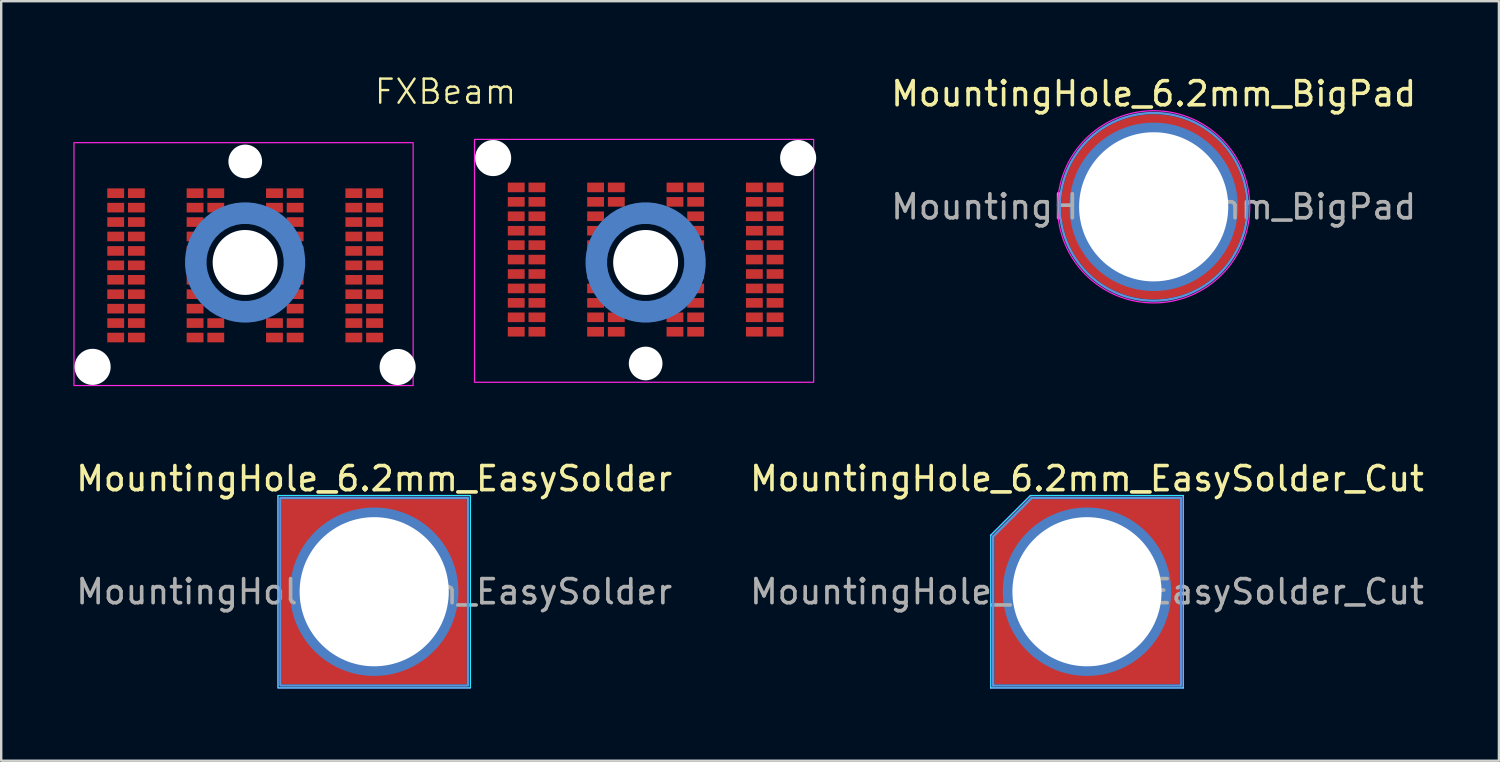
<source format=kicad_pcb>
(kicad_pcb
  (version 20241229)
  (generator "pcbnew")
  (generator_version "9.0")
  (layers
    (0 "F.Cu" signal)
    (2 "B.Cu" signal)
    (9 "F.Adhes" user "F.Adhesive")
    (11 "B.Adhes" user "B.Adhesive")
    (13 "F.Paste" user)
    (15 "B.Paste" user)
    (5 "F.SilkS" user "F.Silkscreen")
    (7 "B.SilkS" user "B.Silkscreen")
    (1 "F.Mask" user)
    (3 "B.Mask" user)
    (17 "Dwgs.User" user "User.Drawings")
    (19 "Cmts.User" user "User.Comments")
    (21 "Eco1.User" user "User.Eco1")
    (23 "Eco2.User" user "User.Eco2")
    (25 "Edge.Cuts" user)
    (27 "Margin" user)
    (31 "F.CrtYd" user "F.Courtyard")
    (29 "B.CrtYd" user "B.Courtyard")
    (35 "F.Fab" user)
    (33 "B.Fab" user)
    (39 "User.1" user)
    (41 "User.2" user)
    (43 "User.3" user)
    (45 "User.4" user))
  (footprint "FXBeam"
    (layer "F.Cu")
    (at 15.47 7.861)
    (property "Reference" "FXBeam" (at 0 -7.1 0) (unlocked yes) (layer "F.SilkS") (effects (font (size 1 1) (thickness 0.1))))
    (attr smd exclude_from_pos_files exclude_from_bom)
    (fp_rect (start -15.445 -4.98) (end -1.345 5.115) (stroke (width 0.05) (type default)) (fill no) (layer "F.CrtYd"))
    (fp_rect (start 15.305 4.98) (end 1.205 -5.115) (stroke (width 0.05) (type default)) (fill no) (layer "F.CrtYd"))
    (pad "" np_thru_hole circle (at -14.67 4.34) (size 1.5 1.5) (drill 1.5) (layers "*.Cu" "*.Mask"))
    (pad "" np_thru_hole circle (at -8.33 0) (size 2.7 2.7) (drill 2.7) (layers "*.Cu" "*.Mask"))
    (pad "" np_thru_hole circle (at -8.325 -4.2) (size 1.4 1.4) (drill 1.4) (layers "*.Cu" "*.Mask"))
    (pad "" smd custom (at -8.3 -2.065) (size 0.5 0.5) (layers "B.Cu" "B.Mask") (options (anchor circle)) (primitives (gr_circle (center -0.03 2.065) (end 1.86 2.07) (width 0.2) (fill no)) (gr_circle (center -0.03 2.065) (end 1.67 2.065) (width 0.2) (fill no)) (gr_circle (center -0.03 2.065) (end 2.035 2.065) (width 0.2) (fill no)) (gr_circle (center -0.03 2.065) (end 2.225 2.065) (width 0.2) (fill no)) (gr_circle (center -0.03 2.065) (end 2.37 2.065) (width 0.2) (fill no))))
    (pad "" np_thru_hole circle (at -1.99 4.345) (size 1.5 1.5) (drill 1.5) (layers "*.Cu" "*.Mask"))
    (pad "" np_thru_hole circle (at 1.98 -4.34) (size 1.5 1.5) (drill 1.5) (layers "*.Cu" "*.Mask"))
    (pad "" smd custom (at 8.32 -2.065) (size 0.5 0.5) (layers "B.Cu" "B.Mask") (options (anchor circle)) (primitives (gr_circle (center 0 2.065) (end 1.89 2.07) (width 0.2) (fill no)) (gr_circle (center 0 2.065) (end 1.7 2.065) (width 0.2) (fill no)) (gr_circle (center 0 2.065) (end 2.065 2.065) (width 0.2) (fill no)) (gr_circle (center 0 2.065) (end 2.255 2.065) (width 0.2) (fill no)) (gr_circle (center 0 2.065) (end 2.4 2.065) (width 0.2) (fill no))))
    (pad "" np_thru_hole circle (at 8.32 0) (size 2.7 2.7) (drill 2.7) (layers "*.Cu" "*.Mask"))
    (pad "" np_thru_hole circle (at 8.32 4.2) (size 1.4 1.4) (drill 1.4) (layers "*.Cu" "*.Mask"))
    (pad "" np_thru_hole circle (at 14.66 -4.34) (size 1.5 1.5) (drill 1.5) (layers "*.Cu" "*.Mask"))
    (pad "PA1" smd rect (at -2.95 -2.88) (size 0.7 0.4) (layers "F.Cu" "F.Mask"))
    (pad "PA2" smd rect (at -3.81 -2.88) (size 0.7 0.4) (layers "F.Cu" "F.Mask"))
    (pad "PA3" smd rect (at -6.25 -2.88) (size 0.7 0.4) (layers "F.Cu" "F.Mask"))
    (pad "PA4" smd rect (at -7.11 -2.88) (size 0.7 0.4) (layers "F.Cu" "F.Mask"))
    (pad "PA5" smd rect (at -9.55 -2.88) (size 0.7 0.4) (layers "F.Cu" "F.Mask"))
    (pad "PA6" smd rect (at -10.41 -2.88) (size 0.7 0.4) (layers "F.Cu" "F.Mask"))
    (pad "PA7" smd rect (at -12.85 -2.88) (size 0.7 0.4) (layers "F.Cu" "F.Mask"))
    (pad "PA8" smd rect (at -13.71 -2.88) (size 0.7 0.4) (layers "F.Cu" "F.Mask"))
    (pad "PB1" smd rect (at -2.95 -2.28) (size 0.7 0.4) (layers "F.Cu" "F.Mask"))
    (pad "PB2" smd rect (at -3.81 -2.28) (size 0.7 0.4) (layers "F.Cu" "F.Mask"))
    (pad "PB3" smd rect (at -6.25 -2.28) (size 0.7 0.4) (layers "F.Cu" "F.Mask"))
    (pad "PB4" smd rect (at -7.11 -2.28) (size 0.7 0.4) (layers "F.Cu" "F.Mask"))
    (pad "PB5" smd rect (at -9.55 -2.28) (size 0.7 0.4) (layers "F.Cu" "F.Mask"))
    (pad "PB6" smd rect (at -10.41 -2.28) (size 0.7 0.4) (layers "F.Cu" "F.Mask"))
    (pad "PB7" smd rect (at -12.85 -2.28) (size 0.7 0.4) (layers "F.Cu" "F.Mask"))
    (pad "PB8" smd rect (at -13.71 -2.28) (size 0.7 0.4) (layers "F.Cu" "F.Mask"))
    (pad "PC1" smd rect (at -2.95 -1.68) (size 0.7 0.4) (layers "F.Cu" "F.Mask"))
    (pad "PC2" smd rect (at -3.81 -1.68) (size 0.7 0.4) (layers "F.Cu" "F.Mask"))
    (pad "PC3" smd rect (at -6.25 -1.68) (size 0.7 0.4) (layers "F.Cu" "F.Mask"))
    (pad "PC6" smd rect (at -10.41 -1.68) (size 0.7 0.4) (layers "F.Cu" "F.Mask"))
    (pad "PC7" smd rect (at -12.85 -1.68) (size 0.7 0.4) (layers "F.Cu" "F.Mask"))
    (pad "PC8" smd rect (at -13.71 -1.68) (size 0.7 0.4) (layers "F.Cu" "F.Mask"))
    (pad "PD1" smd rect (at -2.95 -1.08) (size 0.7 0.4) (layers "F.Cu" "F.Mask"))
    (pad "PD2" smd rect (at -3.81 -1.08) (size 0.7 0.4) (layers "F.Cu" "F.Mask"))
    (pad "PD3" smd rect (at -6.25 -1.08) (size 0.7 0.4) (layers "F.Cu" "F.Mask"))
    (pad "PD6" smd rect (at -10.41 -1.08) (size 0.7 0.4) (layers "F.Cu" "F.Mask"))
    (pad "PD7" smd rect (at -12.85 -1.08) (size 0.7 0.4) (layers "F.Cu" "F.Mask"))
    (pad "PD8" smd rect (at -13.71 -1.08) (size 0.7 0.4) (layers "F.Cu" "F.Mask"))
    (pad "PE1" smd rect (at -2.95 -0.48) (size 0.7 0.4) (layers "F.Cu" "F.Mask"))
    (pad "PE2" smd rect (at -3.81 -0.48) (size 0.7 0.4) (layers "F.Cu" "F.Mask"))
    (pad "PE3" smd rect (at -6.25 -0.48) (size 0.7 0.4) (layers "F.Cu" "F.Mask"))
    (pad "PE6" smd rect (at -10.41 -0.48) (size 0.7 0.4) (layers "F.Cu" "F.Mask"))
    (pad "PE7" smd rect (at -12.85 -0.48) (size 0.7 0.4) (layers "F.Cu" "F.Mask"))
    (pad "PE8" smd rect (at -13.71 -0.48) (size 0.7 0.4) (layers "F.Cu" "F.Mask"))
    (pad "PF1" smd rect (at -2.95 0.12) (size 0.7 0.4) (layers "F.Cu" "F.Mask"))
    (pad "PF2" smd rect (at -3.81 0.12) (size 0.7 0.4) (layers "F.Cu" "F.Mask"))
    (pad "PF3" smd rect (at -6.25 0.12) (size 0.7 0.4) (layers "F.Cu" "F.Mask"))
    (pad "PF6" smd rect (at -10.41 0.12) (size 0.7 0.4) (layers "F.Cu" "F.Mask"))
    (pad "PF7" smd rect (at -12.85 0.12) (size 0.7 0.4) (layers "F.Cu" "F.Mask"))
    (pad "PF8" smd rect (at -13.71 0.12) (size 0.7 0.4) (layers "F.Cu" "F.Mask"))
    (pad "PG1" smd rect (at -2.95 0.72) (size 0.7 0.4) (layers "F.Cu" "F.Mask"))
    (pad "PG2" smd rect (at -3.81 0.72) (size 0.7 0.4) (layers "F.Cu" "F.Mask"))
    (pad "PG3" smd rect (at -6.25 0.72) (size 0.7 0.4) (layers "F.Cu" "F.Mask"))
    (pad "PG6" smd rect (at -10.41 0.72) (size 0.7 0.4) (layers "F.Cu" "F.Mask"))
    (pad "PG7" smd rect (at -12.85 0.72) (size 0.7 0.4) (layers "F.Cu" "F.Mask"))
    (pad "PG8" smd rect (at -13.71 0.72) (size 0.7 0.4) (layers "F.Cu" "F.Mask"))
    (pad "PH1" smd rect (at -2.95 1.32) (size 0.7 0.4) (layers "F.Cu" "F.Mask"))
    (pad "PH2" smd rect (at -3.81 1.32) (size 0.7 0.4) (layers "F.Cu" "F.Mask"))
    (pad "PH3" smd rect (at -6.25 1.32) (size 0.7 0.4) (layers "F.Cu" "F.Mask"))
    (pad "PH6" smd rect (at -10.41 1.32) (size 0.7 0.4) (layers "F.Cu" "F.Mask"))
    (pad "PH7" smd rect (at -12.85 1.32) (size 0.7 0.4) (layers "F.Cu" "F.Mask"))
    (pad "PH8" smd rect (at -13.71 1.32) (size 0.7 0.4) (layers "F.Cu" "F.Mask"))
    (pad "PJ1" smd rect (at -2.95 1.92) (size 0.7 0.4) (layers "F.Cu" "F.Mask"))
    (pad "PJ2" smd rect (at -3.81 1.92) (size 0.7 0.4) (layers "F.Cu" "F.Mask"))
    (pad "PJ3" smd rect (at -6.25 1.92) (size 0.7 0.4) (layers "F.Cu" "F.Mask"))
    (pad "PJ6" smd rect (at -10.41 1.92) (size 0.7 0.4) (layers "F.Cu" "F.Mask"))
    (pad "PJ7" smd rect (at -12.85 1.92) (size 0.7 0.4) (layers "F.Cu" "F.Mask"))
    (pad "PJ8" smd rect (at -13.71 1.92) (size 0.7 0.4) (layers "F.Cu" "F.Mask"))
    (pad "PK1" smd rect (at -2.95 2.52) (size 0.7 0.4) (layers "F.Cu" "F.Mask"))
    (pad "PK2" smd rect (at -3.81 2.52) (size 0.7 0.4) (layers "F.Cu" "F.Mask"))
    (pad "PK3" smd rect (at -6.25 2.52) (size 0.7 0.4) (layers "F.Cu" "F.Mask"))
    (pad "PK4" smd rect (at -7.11 2.52) (size 0.7 0.4) (layers "F.Cu" "F.Mask"))
    (pad "PK5" smd rect (at -9.55 2.52) (size 0.7 0.4) (layers "F.Cu" "F.Mask"))
    (pad "PK6" smd rect (at -10.41 2.52) (size 0.7 0.4) (layers "F.Cu" "F.Mask"))
    (pad "PK7" smd rect (at -12.85 2.52) (size 0.7 0.4) (layers "F.Cu" "F.Mask"))
    (pad "PK8" smd rect (at -13.71 2.52) (size 0.7 0.4) (layers "F.Cu" "F.Mask"))
    (pad "PL1" smd rect (at -2.95 3.12) (size 0.7 0.4) (layers "F.Cu" "F.Mask"))
    (pad "PL2" smd rect (at -3.81 3.12) (size 0.7 0.4) (layers "F.Cu" "F.Mask"))
    (pad "PL3" smd rect (at -6.25 3.12) (size 0.7 0.4) (layers "F.Cu" "F.Mask"))
    (pad "PL4" smd rect (at -7.11 3.12) (size 0.7 0.4) (layers "F.Cu" "F.Mask"))
    (pad "PL5" smd rect (at -9.55 3.12) (size 0.7 0.4) (layers "F.Cu" "F.Mask"))
    (pad "PL6" smd rect (at -10.41 3.12) (size 0.7 0.4) (layers "F.Cu" "F.Mask"))
    (pad "PL7" smd rect (at -12.85 3.12) (size 0.7 0.4) (layers "F.Cu" "F.Mask"))
    (pad "PL8" smd rect (at -13.71 3.12) (size 0.7 0.4) (layers "F.Cu" "F.Mask"))
    (pad "SA1" smd rect (at 13.7 -3.12) (size 0.7 0.4) (layers "F.Cu" "F.Mask"))
    (pad "SA2" smd rect (at 12.84 -3.12) (size 0.7 0.4) (layers "F.Cu" "F.Mask"))
    (pad "SA3" smd rect (at 10.4 -3.12) (size 0.7 0.4) (layers "F.Cu" "F.Mask"))
    (pad "SA4" smd rect (at 9.54 -3.12) (size 0.7 0.4) (layers "F.Cu" "F.Mask"))
    (pad "SA5" smd rect (at 7.1 -3.12) (size 0.7 0.4) (layers "F.Cu" "F.Mask"))
    (pad "SA6" smd rect (at 6.24 -3.12) (size 0.7 0.4) (layers "F.Cu" "F.Mask"))
    (pad "SA7" smd rect (at 3.8 -3.12) (size 0.7 0.4) (layers "F.Cu" "F.Mask"))
    (pad "SA8" smd rect (at 2.94 -3.12) (size 0.7 0.4) (layers "F.Cu" "F.Mask"))
    (pad "SB1" smd rect (at 13.7 -2.52) (size 0.7 0.4) (layers "F.Cu" "F.Mask"))
    (pad "SB2" smd rect (at 12.84 -2.52) (size 0.7 0.4) (layers "F.Cu" "F.Mask"))
    (pad "SB3" smd rect (at 10.4 -2.52) (size 0.7 0.4) (layers "F.Cu" "F.Mask"))
    (pad "SB4" smd rect (at 9.54 -2.52) (size 0.7 0.4) (layers "F.Cu" "F.Mask"))
    (pad "SB5" smd rect (at 7.1 -2.52) (size 0.7 0.4) (layers "F.Cu" "F.Mask"))
    (pad "SB6" smd rect (at 6.24 -2.52) (size 0.7 0.4) (layers "F.Cu" "F.Mask"))
    (pad "SB7" smd rect (at 3.8 -2.52) (size 0.7 0.4) (layers "F.Cu" "F.Mask"))
    (pad "SB8" smd rect (at 2.94 -2.52) (size 0.7 0.4) (layers "F.Cu" "F.Mask"))
    (pad "SC1" smd rect (at 13.7 -1.92) (size 0.7 0.4) (layers "F.Cu" "F.Mask"))
    (pad "SC2" smd rect (at 12.84 -1.92) (size 0.7 0.4) (layers "F.Cu" "F.Mask"))
    (pad "SC3" smd rect (at 10.4 -1.92) (size 0.7 0.4) (layers "F.Cu" "F.Mask"))
    (pad "SC6" smd rect (at 6.24 -1.92) (size 0.7 0.4) (layers "F.Cu" "F.Mask"))
    (pad "SC7" smd rect (at 3.8 -1.92) (size 0.7 0.4) (layers "F.Cu" "F.Mask"))
    (pad "SC8" smd rect (at 2.94 -1.92) (size 0.7 0.4) (layers "F.Cu" "F.Mask"))
    (pad "SD1" smd rect (at 13.7 -1.32) (size 0.7 0.4) (layers "F.Cu" "F.Mask"))
    (pad "SD2" smd rect (at 12.84 -1.32) (size 0.7 0.4) (layers "F.Cu" "F.Mask"))
    (pad "SD3" smd rect (at 10.4 -1.32) (size 0.7 0.4) (layers "F.Cu" "F.Mask"))
    (pad "SD6" smd rect (at 6.24 -1.32) (size 0.7 0.4) (layers "F.Cu" "F.Mask"))
    (pad "SD7" smd rect (at 3.8 -1.32) (size 0.7 0.4) (layers "F.Cu" "F.Mask"))
    (pad "SD8" smd rect (at 2.94 -1.32) (size 0.7 0.4) (layers "F.Cu" "F.Mask"))
    (pad "SE1" smd rect (at 13.7 -0.72) (size 0.7 0.4) (layers "F.Cu" "F.Mask"))
    (pad "SE2" smd rect (at 12.84 -0.72) (size 0.7 0.4) (layers "F.Cu" "F.Mask"))
    (pad "SE3" smd rect (at 10.4 -0.72) (size 0.7 0.4) (layers "F.Cu" "F.Mask"))
    (pad "SE6" smd rect (at 6.24 -0.72) (size 0.7 0.4) (layers "F.Cu" "F.Mask"))
    (pad "SE7" smd rect (at 3.8 -0.72) (size 0.7 0.4) (layers "F.Cu" "F.Mask"))
    (pad "SE8" smd rect (at 2.94 -0.72) (size 0.7 0.4) (layers "F.Cu" "F.Mask"))
    (pad "SF1" smd rect (at 13.7 -0.12) (size 0.7 0.4) (layers "F.Cu" "F.Mask"))
    (pad "SF2" smd rect (at 12.84 -0.12) (size 0.7 0.4) (layers "F.Cu" "F.Mask"))
    (pad "SF3" smd rect (at 10.4 -0.12) (size 0.7 0.4) (layers "F.Cu" "F.Mask"))
    (pad "SF6" smd rect (at 6.24 -0.12) (size 0.7 0.4) (layers "F.Cu" "F.Mask"))
    (pad "SF7" smd rect (at 3.8 -0.12) (size 0.7 0.4) (layers "F.Cu" "F.Mask"))
    (pad "SF8" smd rect (at 2.94 -0.12) (size 0.7 0.4) (layers "F.Cu" "F.Mask"))
    (pad "SG1" smd rect (at 13.7 0.48) (size 0.7 0.4) (layers "F.Cu" "F.Mask"))
    (pad "SG2" smd rect (at 12.84 0.48) (size 0.7 0.4) (layers "F.Cu" "F.Mask"))
    (pad "SG3" smd rect (at 10.4 0.48) (size 0.7 0.4) (layers "F.Cu" "F.Mask"))
    (pad "SG6" smd rect (at 6.24 0.48) (size 0.7 0.4) (layers "F.Cu" "F.Mask"))
    (pad "SG7" smd rect (at 3.8 0.48) (size 0.7 0.4) (layers "F.Cu" "F.Mask"))
    (pad "SG8" smd rect (at 2.94 0.48) (size 0.7 0.4) (layers "F.Cu" "F.Mask"))
    (pad "SH1" smd rect (at 13.7 1.08) (size 0.7 0.4) (layers "F.Cu" "F.Mask"))
    (pad "SH2" smd rect (at 12.84 1.08) (size 0.7 0.4) (layers "F.Cu" "F.Mask"))
    (pad "SH3" smd rect (at 10.4 1.08) (size 0.7 0.4) (layers "F.Cu" "F.Mask"))
    (pad "SH6" smd rect (at 6.24 1.08) (size 0.7 0.4) (layers "F.Cu" "F.Mask"))
    (pad "SH7" smd rect (at 3.8 1.08) (size 0.7 0.4) (layers "F.Cu" "F.Mask"))
    (pad "SH8" smd rect (at 2.94 1.08) (size 0.7 0.4) (layers "F.Cu" "F.Mask"))
    (pad "SJ1" smd rect (at 13.7 1.68) (size 0.7 0.4) (layers "F.Cu" "F.Mask"))
    (pad "SJ2" smd rect (at 12.84 1.68) (size 0.7 0.4) (layers "F.Cu" "F.Mask"))
    (pad "SJ3" smd rect (at 10.4 1.68) (size 0.7 0.4) (layers "F.Cu" "F.Mask"))
    (pad "SJ6" smd rect (at 6.24 1.68) (size 0.7 0.4) (layers "F.Cu" "F.Mask"))
    (pad "SJ7" smd rect (at 3.8 1.68) (size 0.7 0.4) (layers "F.Cu" "F.Mask"))
    (pad "SJ8" smd rect (at 2.94 1.68) (size 0.7 0.4) (layers "F.Cu" "F.Mask"))
    (pad "SK1" smd rect (at 13.7 2.28) (size 0.7 0.4) (layers "F.Cu" "F.Mask"))
    (pad "SK2" smd rect (at 12.84 2.28) (size 0.7 0.4) (layers "F.Cu" "F.Mask"))
    (pad "SK3" smd rect (at 10.4 2.28) (size 0.7 0.4) (layers "F.Cu" "F.Mask"))
    (pad "SK4" smd rect (at 9.54 2.28) (size 0.7 0.4) (layers "F.Cu" "F.Mask"))
    (pad "SK5" smd rect (at 7.1 2.28) (size 0.7 0.4) (layers "F.Cu" "F.Mask"))
    (pad "SK6" smd rect (at 6.24 2.28) (size 0.7 0.4) (layers "F.Cu" "F.Mask"))
    (pad "SK7" smd rect (at 3.8 2.28) (size 0.7 0.4) (layers "F.Cu" "F.Mask"))
    (pad "SK8" smd rect (at 2.94 2.28) (size 0.7 0.4) (layers "F.Cu" "F.Mask"))
    (pad "SL1" smd rect (at 13.7 2.88) (size 0.7 0.4) (layers "F.Cu" "F.Mask"))
    (pad "SL2" smd rect (at 12.84 2.88) (size 0.7 0.4) (layers "F.Cu" "F.Mask"))
    (pad "SL3" smd rect (at 10.4 2.88) (size 0.7 0.4) (layers "F.Cu" "F.Mask"))
    (pad "SL4" smd rect (at 9.54 2.88) (size 0.7 0.4) (layers "F.Cu" "F.Mask"))
    (pad "SL5" smd rect (at 7.1 2.88) (size 0.7 0.4) (layers "F.Cu" "F.Mask"))
    (pad "SL6" smd rect (at 6.24 2.88) (size 0.7 0.4) (layers "F.Cu" "F.Mask"))
    (pad "SL7" smd rect (at 3.8 2.88) (size 0.7 0.4) (layers "F.Cu" "F.Mask"))
    (pad "SL8" smd rect (at 2.94 2.88) (size 0.7 0.4) (layers "F.Cu" "F.Mask")))
  (footprint "MountingHole_6.2mm_BigPad"
    (layer "F.Cu")
    (at 44.91 5.548)
    (property "Reference" "MountingHole_6.2mm_BigPad" (at 0 -4.7 0) (layer "F.SilkS") (effects (font (size 1 1) (thickness 0.15))))
    (attr through_hole exclude_from_pos_files exclude_from_bom)
    (fp_circle (center 0 0) (end 3.9 0) (stroke (width 0.1) (type default)) (fill no) (layer "Cmts.User"))
    (fp_circle (center 0 0) (end 3.995 0) (stroke (width 0.05) (type solid)) (fill no) (layer "F.CrtYd"))
    (fp_text user "${REFERENCE}" (at 0 0 0) (layer "F.Fab") (effects (font (size 1 1) (thickness 0.15))))
    (pad "1" thru_hole circle (at 0 0) (size 7.7 7.7) (drill 6.2) (layers "*.Cu" "*.Mask" "F.Paste") (padstack (mode front_inner_back) (layer "Inner" (shape circle) (size 7 7)) (layer "B.Cu" (shape circle) (size 7 7)))))
  (footprint "MountingHole_6.2mm_EasySolder"
    (layer "F.Cu")
    (at 12.506 21.549)
    (property "Reference" "MountingHole_6.2mm_EasySolder" (at 0 -4.7 0) (layer "F.SilkS") (effects (font (size 1 1) (thickness 0.15))))
    (attr through_hole exclude_from_pos_files exclude_from_bom)
    (fp_rect (start -3.9 -3.9) (end 3.9 3.9) (stroke (width 0.1) (type default)) (fill no) (layer "Cmts.User"))
    (fp_rect (start -4 -4) (end 4 4) (stroke (width 0.05) (type solid)) (fill no) (layer "B.CrtYd"))
    (fp_rect (start -4 -4) (end 4 4) (stroke (width 0.05) (type solid)) (fill no) (layer "F.CrtYd"))
    (fp_text user "${REFERENCE}" (at 0 0 0) (layer "F.Fab") (effects (font (size 1 1) (thickness 0.15))))
    (pad "1" thru_hole rect (at 0 0) (size 7.7 7.7) (drill 6.2) (layers "*.Cu" "*.Mask" "F.Paste") (padstack (mode front_inner_back) (layer "Inner" (shape circle) (size 7 7)) (layer "B.Cu" (shape circle) (size 7 7)))))
  (footprint "MountingHole_6.2mm_EasySolder_Cut"
    (layer "F.Cu")
    (at 42.137 21.549)
    (property "Reference" "MountingHole_6.2mm_EasySolder_Cut" (at 0 -4.7 0) (layer "F.SilkS") (effects (font (size 1 1) (thickness 0.15))))
    (attr through_hole exclude_from_pos_files exclude_from_bom)
    (fp_line (start -3.9 -2.3) (end -3.9 3.9) (stroke (width 0.1) (type default)) (layer "Cmts.User"))
    (fp_line (start -3.9 3.9) (end 3.9 3.9) (stroke (width 0.1) (type default)) (layer "Cmts.User"))
    (fp_line (start -2.3 -3.9) (end -3.9 -2.3) (stroke (width 0.1) (type default)) (layer "Cmts.User"))
    (fp_line (start 3.9 -3.9) (end -2.3 -3.9) (stroke (width 0.1) (type default)) (layer "Cmts.User"))
    (fp_line (start 3.9 3.9) (end 3.9 -3.9) (stroke (width 0.1) (type default)) (layer "Cmts.User"))
    (fp_line (start -4 -2.35) (end -4 4) (stroke (width 0.05) (type solid)) (layer "B.CrtYd"))
    (fp_line (start -4 4) (end 4 4) (stroke (width 0.05) (type solid)) (layer "B.CrtYd"))
    (fp_line (start -2.35 -4) (end -4 -2.35) (stroke (width 0.05) (type solid)) (layer "B.CrtYd"))
    (fp_line (start 4 -4) (end -2.35 -4) (stroke (width 0.05) (type solid)) (layer "B.CrtYd"))
    (fp_line (start 4 4) (end 4 -4) (stroke (width 0.05) (type solid)) (layer "B.CrtYd"))
    (fp_line (start -4 -2.35) (end -4 4) (stroke (width 0.05) (type default)) (layer "F.CrtYd"))
    (fp_line (start -4 4) (end 4 4) (stroke (width 0.05) (type default)) (layer "F.CrtYd"))
    (fp_line (start -2.35 -4) (end -4 -2.35) (stroke (width 0.05) (type default)) (layer "F.CrtYd"))
    (fp_line (start 4 -4) (end -2.35 -4) (stroke (width 0.05) (type default)) (layer "F.CrtYd"))
    (fp_line (start 4 4) (end 4 -4) (stroke (width 0.05) (type default)) (layer "F.CrtYd"))
    (fp_text user "${REFERENCE}" (at 0 0 0) (layer "F.Fab") (effects (font (size 1 1) (thickness 0.15))))
    (pad "1" thru_hole roundrect (at 0 0) (size 7.7 7.7) (drill 6.2) (layers "*.Cu" "*.Mask" "F.Paste") (roundrect_rratio 0) (chamfer_ratio 0.2) (chamfer top_left) (padstack (mode front_inner_back) (layer "Inner" (shape circle) (size 7 7)) (layer "B.Cu" (shape circle) (size 7 7)))))
  (gr_rect
    (start -3 -3)
    (end 59.262 28.574)
    (stroke (width 0.1) (type default))
    (fill no)
    (layer "Edge.Cuts")))
</source>
